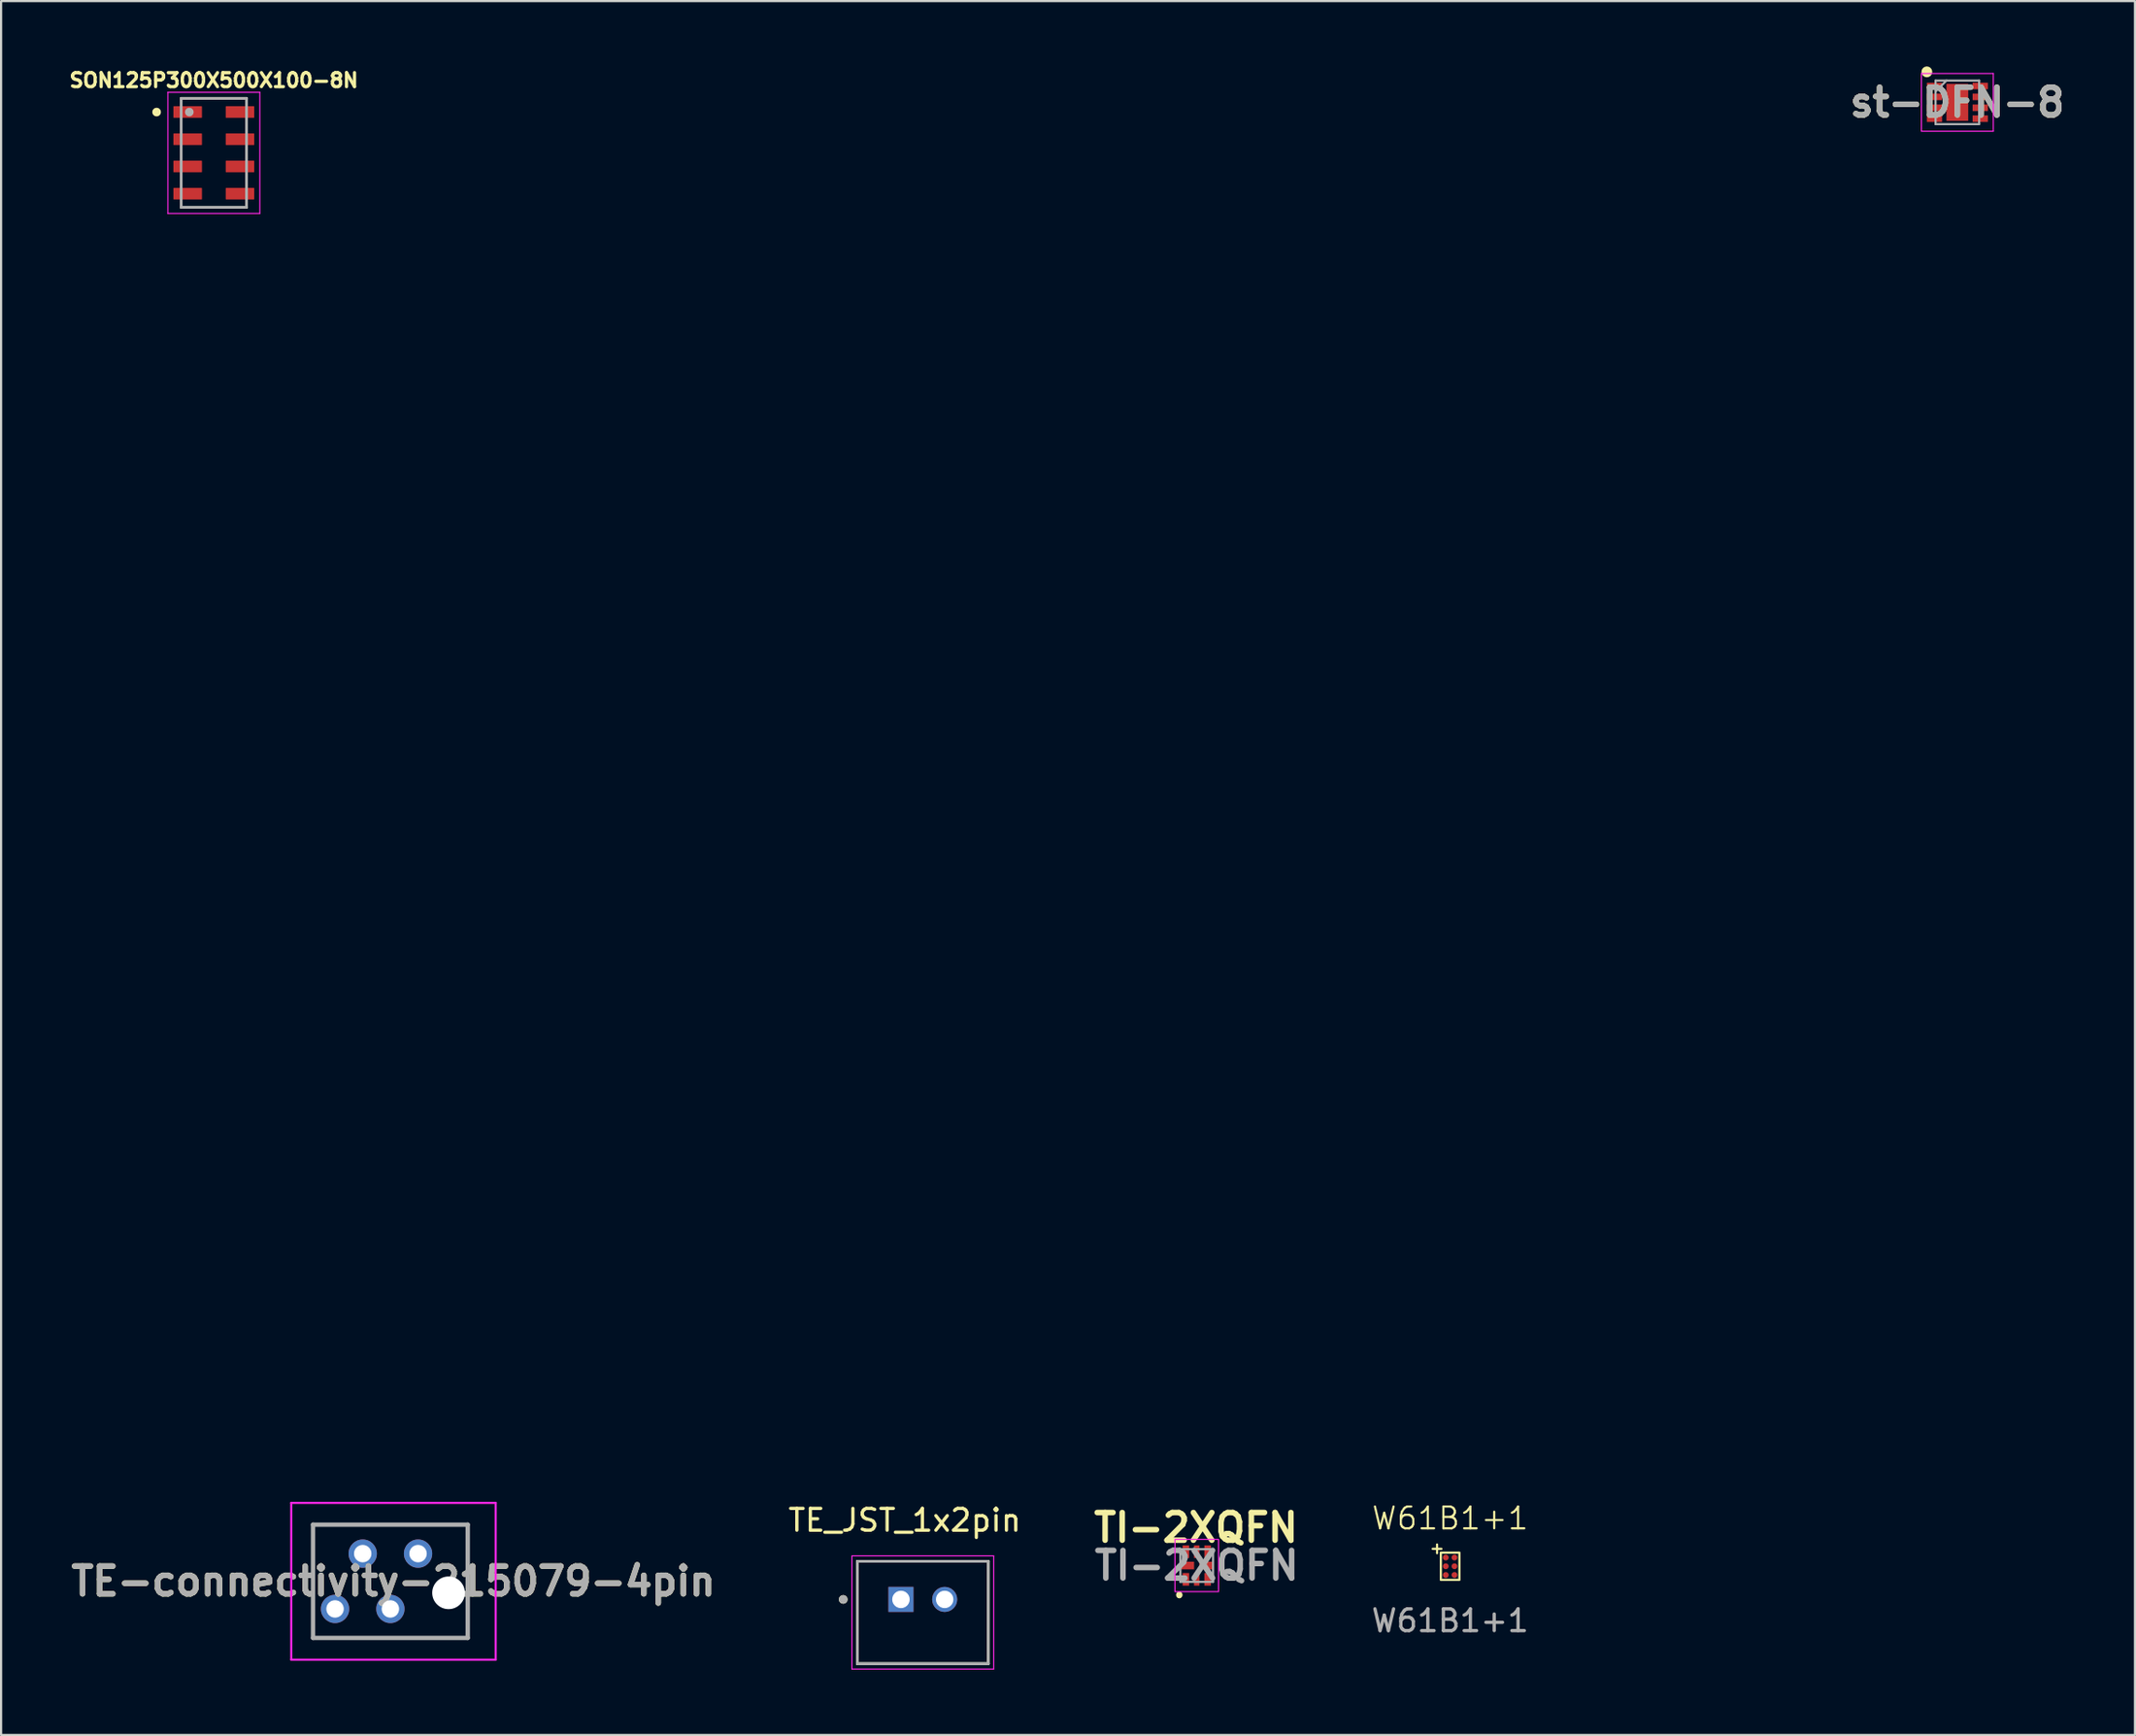
<source format=kicad_pcb>
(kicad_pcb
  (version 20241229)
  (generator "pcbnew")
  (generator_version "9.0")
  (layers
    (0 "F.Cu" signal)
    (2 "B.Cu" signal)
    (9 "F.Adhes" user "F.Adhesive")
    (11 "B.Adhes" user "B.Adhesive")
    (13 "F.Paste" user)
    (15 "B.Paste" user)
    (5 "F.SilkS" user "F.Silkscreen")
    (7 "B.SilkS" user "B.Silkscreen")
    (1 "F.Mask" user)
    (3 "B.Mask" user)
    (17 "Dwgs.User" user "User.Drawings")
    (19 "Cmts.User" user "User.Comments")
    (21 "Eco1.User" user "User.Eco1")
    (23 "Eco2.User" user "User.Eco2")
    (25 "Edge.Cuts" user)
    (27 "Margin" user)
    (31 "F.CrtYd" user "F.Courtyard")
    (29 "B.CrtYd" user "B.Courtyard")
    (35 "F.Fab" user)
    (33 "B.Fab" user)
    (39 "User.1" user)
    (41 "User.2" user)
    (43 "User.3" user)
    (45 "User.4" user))
  (footprint "W61B1+1"
    (layer "F.Cu")
    (at 63.512 68.866)
    (property "Reference" "W61B1+1" (at 0 -2.2 0) (unlocked yes) (layer "F.SilkS") (effects (font (size 1 1) (thickness 0.1))))
    (attr smd)
    (fp_line (start -0.6 -0.8) (end -0.6 -1) (stroke (width 0.1) (type default)) (layer "F.SilkS"))
    (fp_line (start -0.6 -0.8) (end -0.6 -0.6) (stroke (width 0.1) (type default)) (layer "F.SilkS"))
    (fp_line (start -0.4 -0.8) (end -0.8 -0.8) (stroke (width 0.1) (type default)) (layer "F.SilkS"))
    (fp_rect (start -0.426 -0.626) (end 0.426 0.626) (stroke (width 0.1) (type default)) (fill no) (layer "F.SilkS"))
    (fp_text user "${REFERENCE}" (at 0 2.5 0) (unlocked yes) (layer "F.Fab") (effects (font (size 1 1) (thickness 0.15))))
    (pad "A1" smd circle (at -0.2 -0.4) (size 0.27 0.27) (layers "F.Cu" "F.Mask" "F.Paste"))
    (pad "A2" smd circle (at 0.2 -0.4) (size 0.27 0.27) (layers "F.Cu" "F.Mask" "F.Paste"))
    (pad "B1" smd circle (at -0.2 0) (size 0.27 0.27) (layers "F.Cu" "F.Mask" "F.Paste"))
    (pad "B2" smd circle (at 0.2 0) (size 0.27 0.27) (layers "F.Cu" "F.Mask" "F.Paste"))
    (pad "C1" smd circle (at -0.2 0.4) (size 0.27 0.27) (layers "F.Cu" "F.Mask" "F.Paste"))
    (pad "C2" smd circle (at 0.2 0.4) (size 0.27 0.27) (layers "F.Cu" "F.Mask" "F.Paste")))
  (footprint "TE-connectivity-215079-4pin"
    (layer "F.Cu")
    (at 16.139 68.286)
    (property "Reference" "TE-connectivity-215079-4pin" (at -1.129 1.27 0) (layer "F.SilkS") (effects (font (size 1.27 1.27) (thickness 0.254))))
    (attr through_hole)
    (fp_line (start -4.82 -1.33) (end -4.82 3.87) (stroke (width 0.1) (type solid)) (layer "F.SilkS"))
    (fp_line (start -4.82 3.87) (end 2.28 3.87) (stroke (width 0.1) (type solid)) (layer "F.SilkS"))
    (fp_line (start 2.28 -1.33) (end -4.82 -1.33) (stroke (width 0.1) (type solid)) (layer "F.SilkS"))
    (fp_line (start 2.28 0.27) (end 2.28 -1.33) (stroke (width 0.1) (type solid)) (layer "F.SilkS"))
    (fp_line (start 2.28 3.87) (end 2.28 3.27) (stroke (width 0.1) (type solid)) (layer "F.SilkS"))
    (fp_line (start -5.82 -2.33) (end 3.563 -2.33) (stroke (width 0.1) (type solid)) (layer "F.CrtYd"))
    (fp_line (start -5.82 4.87) (end -5.82 -2.33) (stroke (width 0.1) (type solid)) (layer "F.CrtYd"))
    (fp_line (start 3.563 -2.33) (end 3.563 4.87) (stroke (width 0.1) (type solid)) (layer "F.CrtYd"))
    (fp_line (start 3.563 4.87) (end -5.82 4.87) (stroke (width 0.1) (type solid)) (layer "F.CrtYd"))
    (fp_line (start -4.82 -1.33) (end 2.28 -1.33) (stroke (width 0.2) (type solid)) (layer "F.Fab"))
    (fp_line (start -4.82 3.87) (end -4.82 -1.33) (stroke (width 0.2) (type solid)) (layer "F.Fab"))
    (fp_line (start 2.28 -1.33) (end 2.28 3.87) (stroke (width 0.2) (type solid)) (layer "F.Fab"))
    (fp_line (start 2.28 3.87) (end -4.82 3.87) (stroke (width 0.2) (type solid)) (layer "F.Fab"))
    (fp_text user "${REFERENCE}" (at -1.129 1.27 0) (layer "F.Fab") (effects (font (size 1.27 1.27) (thickness 0.254))))
    (pad "" np_thru_hole circle (at 1.4 1.8) (size 1.5 1.5) (drill 1.5) (layers "*.Cu" "*.Mask"))
    (pad "1" thru_hole circle (at 0 0) (size 1.3 1.3) (drill 0.8) (layers "*.Cu" "*.Mask"))
    (pad "2" thru_hole circle (at -1.27 2.54) (size 1.3 1.3) (drill 0.8) (layers "*.Cu" "*.Mask"))
    (pad "3" thru_hole circle (at -2.54 0) (size 1.3 1.3) (drill 0.8) (layers "*.Cu" "*.Mask"))
    (pad "4" thru_hole circle (at -3.81 2.54) (size 1.3 1.3) (drill 0.8) (layers "*.Cu" "*.Mask")))
  (footprint "SON125P300X500X100-8N"
    (layer "F.Cu")
    (at 6.766 3.969)
    (property "Reference" "SON125P300X500X100-8N" (at -0.000003 -3.331 0) (layer "F.SilkS") (effects (font (size 0.641 0.641) (thickness 0.15))))
    (attr smd)
    (fp_line (start -1.5 -2.5) (end 1.5 -2.5) (stroke (width 0.127) (type solid)) (layer "F.SilkS"))
    (fp_line (start -1.5 2.5) (end 1.5 2.5) (stroke (width 0.127) (type solid)) (layer "F.SilkS"))
    (fp_circle (center -2.627 -1.873) (end -2.527 -1.873) (stroke (width 0.2) (type solid)) (fill no) (layer "F.SilkS"))
    (fp_line (start -2.11 -2.78) (end -2.11 2.78) (stroke (width 0.05) (type solid)) (layer "F.CrtYd"))
    (fp_line (start -2.11 2.78) (end 2.11 2.78) (stroke (width 0.05) (type solid)) (layer "F.CrtYd"))
    (fp_line (start 2.11 -2.78) (end -2.11 -2.78) (stroke (width 0.05) (type solid)) (layer "F.CrtYd"))
    (fp_line (start 2.11 2.78) (end 2.11 -2.78) (stroke (width 0.05) (type solid)) (layer "F.CrtYd"))
    (fp_line (start -1.5 -2.5) (end -1.5 2.5) (stroke (width 0.127) (type solid)) (layer "F.Fab"))
    (fp_line (start -1.5 2.5) (end 1.5 2.5) (stroke (width 0.127) (type solid)) (layer "F.Fab"))
    (fp_line (start 1.5 -2.5) (end -1.5 -2.5) (stroke (width 0.127) (type solid)) (layer "F.Fab"))
    (fp_line (start 1.5 2.5) (end 1.5 -2.5) (stroke (width 0.127) (type solid)) (layer "F.Fab"))
    (fp_circle (center -1.127 -1.873) (end -1.027 -1.873) (stroke (width 0.2) (type solid)) (fill no) (layer "F.Fab"))
    (pad "1" smd roundrect (at -1.2 -1.875) (size 1.31 0.53) (layers "F.Cu" "F.Mask" "F.Paste") (roundrect_rratio 0.04))
    (pad "2" smd roundrect (at -1.2 -0.625) (size 1.31 0.53) (layers "F.Cu" "F.Mask" "F.Paste") (roundrect_rratio 0.04))
    (pad "3" smd roundrect (at -1.2 0.625) (size 1.31 0.53) (layers "F.Cu" "F.Mask" "F.Paste") (roundrect_rratio 0.04))
    (pad "4" smd roundrect (at -1.2 1.875) (size 1.31 0.53) (layers "F.Cu" "F.Mask" "F.Paste") (roundrect_rratio 0.04))
    (pad "5" smd roundrect (at 1.2 1.875) (size 1.31 0.53) (layers "F.Cu" "F.Mask" "F.Paste") (roundrect_rratio 0.04))
    (pad "6" smd roundrect (at 1.2 0.625) (size 1.31 0.53) (layers "F.Cu" "F.Mask" "F.Paste") (roundrect_rratio 0.04))
    (pad "7" smd roundrect (at 1.2 -0.625) (size 1.31 0.53) (layers "F.Cu" "F.Mask" "F.Paste") (roundrect_rratio 0.04))
    (pad "8" smd roundrect (at 1.2 -1.875) (size 1.31 0.53) (layers "F.Cu" "F.Mask" "F.Paste") (roundrect_rratio 0.04))
    (zone (net_name "") (layer "F.Cu") (hatch full 0.508) (connect_pads) (min_thickness 0.01) (filled_areas_thickness no) (keepout (tracks not_allowed) (vias not_allowed) (pads not_allowed) (copperpour not_allowed) (footprints allowed)) (placement (enabled no)) (fill) (polygon (pts (xy 74.888 59.531) (xy 78.641 59.531) (xy 78.641 59.905) (xy 74.888 59.905))))
    (zone (net_name "") (layer "F.Cu") (hatch full 0.508) (connect_pads) (min_thickness 0.01) (filled_areas_thickness no) (keepout (tracks not_allowed) (vias not_allowed) (pads not_allowed) (copperpour not_allowed) (footprints allowed)) (placement (enabled no)) (fill) (polygon (pts (xy 74.889 60.781) (xy 78.641 60.781) (xy 78.641 61.157) (xy 74.889 61.157))))
    (zone (net_name "") (layer "F.Cu") (hatch full 0.508) (connect_pads) (min_thickness 0.01) (filled_areas_thickness no) (keepout (tracks not_allowed) (vias not_allowed) (pads not_allowed) (copperpour not_allowed) (footprints allowed)) (placement (enabled no)) (fill) (polygon (pts (xy 74.891 62.031) (xy 78.641 62.031) (xy 78.641 62.407) (xy 74.891 62.407))))
    (zone (net_name "") (layer "F.Cu") (hatch full 0.508) (connect_pads) (min_thickness 0.01) (filled_areas_thickness no) (keepout (tracks not_allowed) (vias not_allowed) (pads not_allowed) (copperpour not_allowed) (footprints allowed)) (placement (enabled no)) (fill) (polygon (pts (xy 76.39 59.064) (xy 77.147 59.064) (xy 77.147 62.905) (xy 76.39 62.905))))
    (zone (net_name "") (layers "F.Cu" "B.Cu") (hatch full 0.508) (connect_pads) (min_thickness 0.01) (filled_areas_thickness no) (keepout (tracks allowed) (vias not_allowed) (pads allowed) (copperpour allowed) (footprints allowed)) (placement (enabled no)) (fill) (polygon (pts (xy 74.889 59.531) (xy 78.641 59.531) (xy 78.641 59.905) (xy 74.889 59.905))))
    (zone (net_name "") (layers "F.Cu" "B.Cu") (hatch full 0.508) (connect_pads) (min_thickness 0.01) (filled_areas_thickness no) (keepout (tracks allowed) (vias not_allowed) (pads allowed) (copperpour allowed) (footprints allowed)) (placement (enabled no)) (fill) (polygon (pts (xy 74.889 62.031) (xy 78.641 62.031) (xy 78.641 62.408) (xy 74.889 62.408))))
    (zone (net_name "") (layers "F.Cu" "B.Cu") (hatch full 0.508) (connect_pads) (min_thickness 0.01) (filled_areas_thickness no) (keepout (tracks allowed) (vias not_allowed) (pads allowed) (copperpour allowed) (footprints allowed)) (placement (enabled no)) (fill) (polygon (pts (xy 74.89 60.781) (xy 78.641 60.781) (xy 78.641 61.157) (xy 74.89 61.157))))
    (zone (net_name "") (layers "F.Cu" "B.Cu") (hatch full 0.508) (connect_pads) (min_thickness 0.01) (filled_areas_thickness no) (keepout (tracks allowed) (vias not_allowed) (pads allowed) (copperpour allowed) (footprints allowed)) (placement (enabled no)) (fill) (polygon (pts (xy 76.391 59.064) (xy 77.147 59.064) (xy 77.147 62.903) (xy 76.391 62.903))))
    (zone (net_name "") (layer "B.Cu") (hatch full 0.508) (connect_pads) (min_thickness 0.01) (filled_areas_thickness no) (keepout (tracks not_allowed) (vias not_allowed) (pads not_allowed) (copperpour not_allowed) (footprints allowed)) (placement (enabled no)) (fill) (polygon (pts (xy 74.889 59.531) (xy 78.641 59.531) (xy 78.641 59.905) (xy 74.889 59.905))))
    (zone (net_name "") (layer "B.Cu") (hatch full 0.508) (connect_pads) (min_thickness 0.01) (filled_areas_thickness no) (keepout (tracks not_allowed) (vias not_allowed) (pads not_allowed) (copperpour not_allowed) (footprints allowed)) (placement (enabled no)) (fill) (polygon (pts (xy 74.889 60.781) (xy 78.641 60.781) (xy 78.641 61.157) (xy 74.889 61.157))))
    (zone (net_name "") (layer "B.Cu") (hatch full 0.508) (connect_pads) (min_thickness 0.01) (filled_areas_thickness no) (keepout (tracks not_allowed) (vias not_allowed) (pads not_allowed) (copperpour not_allowed) (footprints allowed)) (placement (enabled no)) (fill) (polygon (pts (xy 74.889 62.031) (xy 78.641 62.031) (xy 78.641 62.408) (xy 74.889 62.408))))
    (zone (net_name "") (layer "B.Cu") (hatch full 0.508) (connect_pads) (min_thickness 0.01) (filled_areas_thickness no) (keepout (tracks not_allowed) (vias not_allowed) (pads not_allowed) (copperpour not_allowed) (footprints allowed)) (placement (enabled no)) (fill) (polygon (pts (xy 76.39 59.064) (xy 77.147 59.064) (xy 77.147 62.906) (xy 76.39 62.906)))))
  (footprint "st-DFN-8"
    (layer "F.Cu")
    (at 86.794 1.65)
    (property "Reference" "st-DFN-8" (at 0 0 0) (layer "F.SilkS") (effects (font (size 1.27 1.27) (thickness 0.254))))
    (attr smd)
    (fp_circle (center -1.4 -1.4) (end -1.4 -1.275) (stroke (width 0.25) (type solid)) (fill no) (layer "F.SilkS"))
    (fp_line (start -1.65 -1.325) (end 1.65 -1.325) (stroke (width 0.05) (type solid)) (layer "F.CrtYd"))
    (fp_line (start -1.65 1.325) (end -1.65 -1.325) (stroke (width 0.05) (type solid)) (layer "F.CrtYd"))
    (fp_line (start 1.65 -1.325) (end 1.65 1.325) (stroke (width 0.05) (type solid)) (layer "F.CrtYd"))
    (fp_line (start 1.65 1.325) (end -1.65 1.325) (stroke (width 0.05) (type solid)) (layer "F.CrtYd"))
    (fp_line (start -1 -1) (end 1 -1) (stroke (width 0.1) (type solid)) (layer "F.Fab"))
    (fp_line (start -1 -0.5) (end -0.5 -1) (stroke (width 0.1) (type solid)) (layer "F.Fab"))
    (fp_line (start -1 1) (end -1 -1) (stroke (width 0.1) (type solid)) (layer "F.Fab"))
    (fp_line (start 1 -1) (end 1 1) (stroke (width 0.1) (type solid)) (layer "F.Fab"))
    (fp_line (start 1 1) (end -1 1) (stroke (width 0.1) (type solid)) (layer "F.Fab"))
    (fp_text user "${REFERENCE}" (at 0 0 0) (layer "F.Fab") (effects (font (size 1.27 1.27) (thickness 0.254))))
    (pad "1" smd rect (at -1.05 -0.75 90) (size 0.3 0.7) (layers "F.Cu" "F.Mask" "F.Paste"))
    (pad "2" smd rect (at -1.05 -0.25 90) (size 0.3 0.7) (layers "F.Cu" "F.Mask" "F.Paste"))
    (pad "3" smd rect (at -1.05 0.25 90) (size 0.3 0.7) (layers "F.Cu" "F.Mask" "F.Paste"))
    (pad "4" smd rect (at -1.05 0.75 90) (size 0.3 0.7) (layers "F.Cu" "F.Mask" "F.Paste"))
    (pad "5" smd rect (at 1.05 0.75 90) (size 0.3 0.7) (layers "F.Cu" "F.Mask" "F.Paste"))
    (pad "6" smd rect (at 1.05 0.25 90) (size 0.3 0.7) (layers "F.Cu" "F.Mask" "F.Paste"))
    (pad "7" smd rect (at 1.05 -0.25 90) (size 0.3 0.7) (layers "F.Cu" "F.Mask" "F.Paste"))
    (pad "8" smd rect (at 1.05 -0.75 90) (size 0.3 0.7) (layers "F.Cu" "F.Mask" "F.Paste"))
    (pad "9" smd rect (at 0 0) (size 1 1.7) (layers "F.Cu" "F.Mask" "F.Paste")))
  (footprint "TE_JST_1x2pin"
    (layer "F.Cu")
    (at 38.304 70.389)
    (property "Reference" "TE_JST_1x2pin" (at 0.175 -3.635 0) (layer "F.SilkS") (effects (font (size 1 1) (thickness 0.15))))
    (attr through_hole)
    (fp_line (start -2 2.95) (end -2 -1.75) (stroke (width 0.127) (type solid)) (layer "F.SilkS"))
    (fp_line (start 4.007 -1.75) (end -2 -1.75) (stroke (width 0.127) (type solid)) (layer "F.SilkS"))
    (fp_line (start 4.007 -1.75) (end 4.007 2.95) (stroke (width 0.127) (type solid)) (layer "F.SilkS"))
    (fp_line (start 4.007 2.95) (end -2 2.95) (stroke (width 0.127) (type solid)) (layer "F.SilkS"))
    (fp_circle (center -2.65 0) (end -2.55 0) (stroke (width 0.2) (type solid)) (fill no) (layer "F.SilkS"))
    (fp_line (start -2.25 -2) (end 4.257 -2) (stroke (width 0.05) (type solid)) (layer "F.CrtYd"))
    (fp_line (start -2.25 3.2) (end -2.25 -2) (stroke (width 0.05) (type solid)) (layer "F.CrtYd"))
    (fp_line (start 4.257 -2) (end 4.257 3.2) (stroke (width 0.05) (type solid)) (layer "F.CrtYd"))
    (fp_line (start 4.257 3.2) (end -2.25 3.2) (stroke (width 0.05) (type solid)) (layer "F.CrtYd"))
    (fp_line (start -2 -1.75) (end 4.007 -1.75) (stroke (width 0.127) (type solid)) (layer "F.Fab"))
    (fp_line (start -2 2.95) (end -2 -1.75) (stroke (width 0.127) (type solid)) (layer "F.Fab"))
    (fp_line (start -2 2.95) (end -2 2.95) (stroke (width 0.127) (type solid)) (layer "F.Fab"))
    (fp_line (start -2 2.95) (end 4.007 2.95) (stroke (width 0.127) (type solid)) (layer "F.Fab"))
    (fp_line (start 4.007 -1.75) (end 4.007 2.95) (stroke (width 0.127) (type solid)) (layer "F.Fab"))
    (fp_line (start 4.007 2.95) (end -2 2.95) (stroke (width 0.127) (type solid)) (layer "F.Fab"))
    (fp_line (start 4.007 2.95) (end 4.007 2.95) (stroke (width 0.127) (type solid)) (layer "F.Fab"))
    (fp_circle (center -2.65 0) (end -2.55 0) (stroke (width 0.2) (type solid)) (fill no) (layer "F.Fab"))
    (pad "1" thru_hole rect (at 0 0) (size 1.15 1.15) (drill 0.8) (layers "*.Cu" "*.Mask"))
    (pad "2" thru_hole circle (at 2.007 0) (size 1.15 1.15) (drill 0.8) (layers "*.Cu" "*.Mask")))
  (footprint "TI-2XQFN"
    (layer "F.Cu")
    (at 51.881 68.833)
    (property "Reference" "TI-2XQFN" (at -0.033 -1.738 0) (layer "F.SilkS") (effects (font (size 1.27 1.27) (thickness 0.254))))
    (attr smd)
    (fp_line (start -0.8 1.3) (end -0.8 1.3) (stroke (width 0.2) (type solid)) (layer "F.SilkS"))
    (fp_line (start -0.8 1.4) (end -0.8 1.3) (stroke (width 0.2) (type solid)) (layer "F.SilkS"))
    (fp_line (start -0.8 1.4) (end -0.8 1.4) (stroke (width 0.2) (type solid)) (layer "F.SilkS"))
    (fp_arc (start -0.8 1.3) (mid -0.75 1.35) (end -0.8 1.4) (stroke (width 0.2) (type solid)) (layer "F.SilkS"))
    (fp_arc (start -0.8 1.4) (mid -0.85 1.35) (end -0.8 1.3) (stroke (width 0.2) (type solid)) (layer "F.SilkS"))
    (fp_rect (start -1 -1.2) (end 1 1.2) (stroke (width 0.05) (type solid)) (fill no) (layer "F.CrtYd"))
    (fp_line (start -0.75 -0.75) (end -0.75 0.75) (stroke (width 0.1) (type solid)) (layer "F.Fab"))
    (fp_line (start -0.75 0.75) (end 0.75 0.75) (stroke (width 0.1) (type solid)) (layer "F.Fab"))
    (fp_line (start 0.75 -0.75) (end -0.75 -0.75) (stroke (width 0.1) (type solid)) (layer "F.Fab"))
    (fp_line (start 0.75 0.75) (end 0.75 -0.75) (stroke (width 0.1) (type solid)) (layer "F.Fab"))
    (fp_text user "${REFERENCE}" (at 0 0 0) (layer "F.Fab") (effects (font (size 1.27 1.27) (thickness 0.254))))
    (pad "1" smd rect (at -0.5 0.635) (size 0.3 0.58) (layers "F.Cu" "F.Mask" "F.Paste"))
    (pad "2" smd rect (at 0 0.635) (size 0.25 0.58) (layers "F.Cu" "F.Mask" "F.Paste"))
    (pad "3" smd rect (at 0.5 0.635) (size 0.3 0.58) (layers "F.Cu" "F.Mask" "F.Paste"))
    (pad "4" smd rect (at 0.435 0 90) (size 0.35 0.63) (layers "F.Cu" "F.Mask" "F.Paste"))
    (pad "5" smd rect (at 0.5 -0.635) (size 0.3 0.58) (layers "F.Cu" "F.Mask" "F.Paste"))
    (pad "6" smd rect (at 0 -0.635) (size 0.25 0.58) (layers "F.Cu" "F.Mask" "F.Paste"))
    (pad "7" smd rect (at -0.5 -0.635) (size 0.3 0.58) (layers "F.Cu" "F.Mask" "F.Paste"))
    (pad "8" smd rect (at -0.435 0 90) (size 0.35 0.63) (layers "F.Cu" "F.Mask" "F.Paste")))
  (gr_rect
    (start -3 -3)
    (end 94.946 76.614)
    (stroke (width 0.1) (type default))
    (fill no)
    (layer "Edge.Cuts")))
</source>
